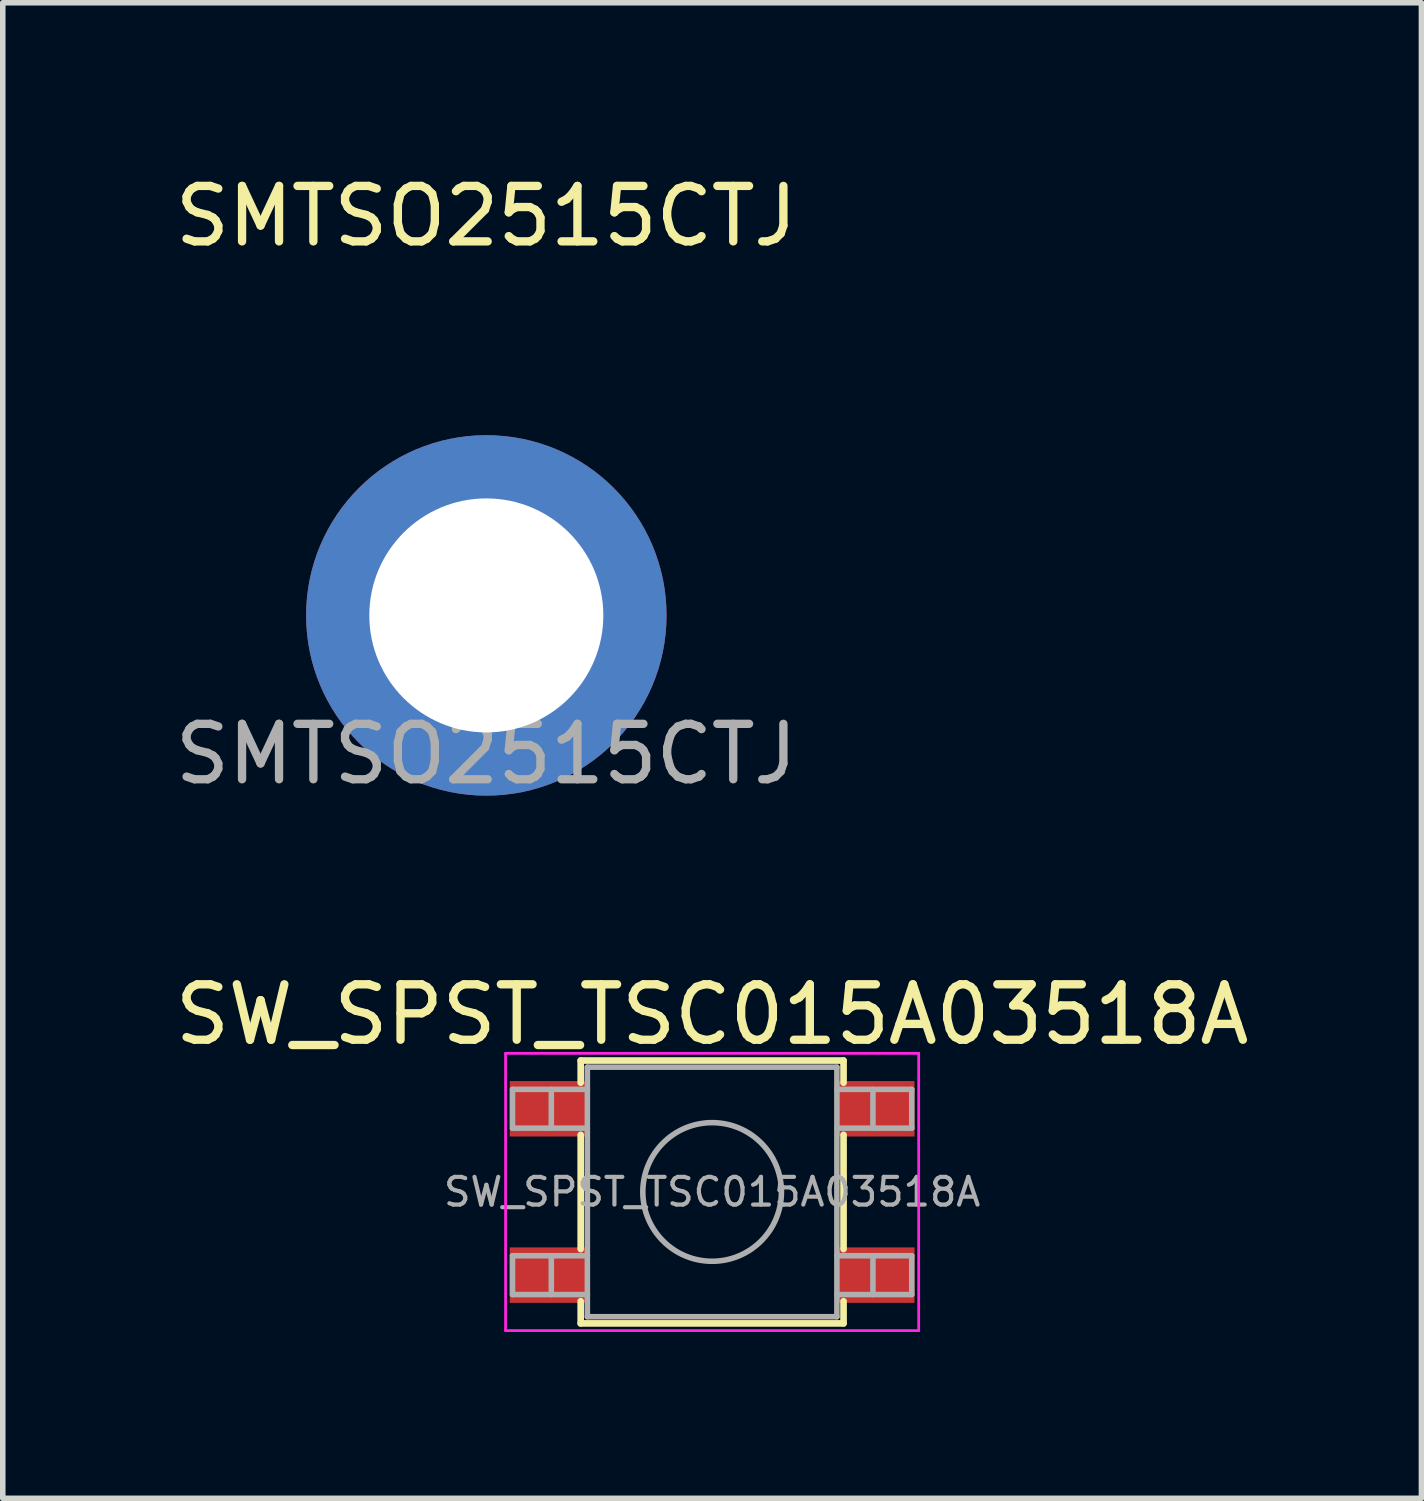
<source format=kicad_pcb>
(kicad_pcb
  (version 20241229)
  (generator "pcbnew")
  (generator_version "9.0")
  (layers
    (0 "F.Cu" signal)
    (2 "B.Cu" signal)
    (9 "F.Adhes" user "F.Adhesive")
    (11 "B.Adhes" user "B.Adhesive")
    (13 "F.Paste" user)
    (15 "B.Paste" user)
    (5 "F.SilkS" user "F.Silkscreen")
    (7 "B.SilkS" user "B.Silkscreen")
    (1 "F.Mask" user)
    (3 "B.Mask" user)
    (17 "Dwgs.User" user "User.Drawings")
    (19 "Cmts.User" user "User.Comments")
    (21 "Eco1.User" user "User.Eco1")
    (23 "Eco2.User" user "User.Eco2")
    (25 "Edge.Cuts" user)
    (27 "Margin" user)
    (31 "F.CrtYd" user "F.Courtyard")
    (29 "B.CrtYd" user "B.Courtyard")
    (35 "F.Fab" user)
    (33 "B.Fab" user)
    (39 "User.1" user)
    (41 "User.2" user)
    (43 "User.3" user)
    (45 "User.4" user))
  (footprint "SMTSO2515CTJ"
    (layer "F.Cu")
    (at 5.72 8.048)
    (property "Reference" "SMTSO2515CTJ" (at 0 -7.2 0) (unlocked yes) (layer "F.SilkS") (effects (font (size 1 1) (thickness 0.15))))
    (attr smd)
    (fp_text user "${REFERENCE}" (at 0 2.5 0) (unlocked yes) (layer "F.Fab") (effects (font (size 1 1) (thickness 0.15))))
    (pad "1" smd custom (at 0 0 180) (size 0.001 0.001) (layers "F.Cu" "F.Mask" "F.Paste") (options (anchor circle)) (primitives (gr_poly (pts (xy -3.15 -0.5) (xy -3.119 -0.68) (xy -3.021 -1.03) (xy -2.884 -1.368) (xy -2.71 -1.688) (xy -2.5 -1.986) (xy -2.257 -2.257) (xy -1.986 -2.5) (xy -1.688 -2.71) (xy -1.368 -2.884) (xy -1.03 -3.021) (xy -0.68 -3.119) (xy -0.5 -3.15) (xy -0.5 -2.15) (xy -0.649 -2.112) (xy -0.935 -2) (xy -1.203 -1.85) (xy -1.448 -1.665) (xy -1.665 -1.448) (xy -1.85 -1.203) (xy -2 -0.935) (xy -2.112 -0.649) (xy -2.15 -0.5)) (width 0.05) (fill yes))))
    (pad "1" smd custom (at 0 0) (size 0.001 0.001) (layers "F.Cu" "F.Mask" "F.Paste") (options (anchor circle)) (primitives (gr_poly (pts (xy 3.15 -0.5) (xy 3.119 -0.68) (xy 3.021 -1.03) (xy 2.884 -1.368) (xy 2.71 -1.688) (xy 2.5 -1.986) (xy 2.257 -2.257) (xy 1.986 -2.5) (xy 1.688 -2.71) (xy 1.368 -2.884) (xy 1.03 -3.021) (xy 0.68 -3.119) (xy 0.5 -3.15) (xy 0.5 -2.15) (xy 0.649 -2.112) (xy 0.935 -2) (xy 1.203 -1.85) (xy 1.448 -1.665) (xy 1.665 -1.448) (xy 1.85 -1.203) (xy 2 -0.935) (xy 2.112 -0.649) (xy 2.15 -0.5)) (width 0.05) (fill yes))))
    (pad "1" smd custom (at 0 0 90) (size 0.001 0.001) (layers "F.Cu" "F.Mask" "F.Paste") (options (anchor circle)) (primitives (gr_poly (pts (xy -3.15 -0.5) (xy -3.119 -0.68) (xy -3.021 -1.03) (xy -2.884 -1.368) (xy -2.71 -1.688) (xy -2.5 -1.986) (xy -2.257 -2.257) (xy -1.986 -2.5) (xy -1.688 -2.71) (xy -1.368 -2.884) (xy -1.03 -3.021) (xy -0.68 -3.119) (xy -0.5 -3.15) (xy -0.5 -2.15) (xy -0.649 -2.112) (xy -0.935 -2) (xy -1.203 -1.85) (xy -1.448 -1.665) (xy -1.665 -1.448) (xy -1.85 -1.203) (xy -2 -0.935) (xy -2.112 -0.649) (xy -2.15 -0.5)) (width 0.05) (fill yes))))
    (pad "1" smd custom (at 0 0) (size 0.001 0.001) (layers "F.Cu" "F.Mask" "F.Paste") (options (anchor circle)) (primitives (gr_poly (pts (xy -3.15 -0.5) (xy -3.119 -0.68) (xy -3.021 -1.03) (xy -2.884 -1.368) (xy -2.71 -1.688) (xy -2.5 -1.986) (xy -2.257 -2.257) (xy -1.986 -2.5) (xy -1.688 -2.71) (xy -1.368 -2.884) (xy -1.03 -3.021) (xy -0.68 -3.119) (xy -0.5 -3.15) (xy -0.5 -2.15) (xy -0.649 -2.112) (xy -0.935 -2) (xy -1.203 -1.85) (xy -1.448 -1.665) (xy -1.665 -1.448) (xy -1.85 -1.203) (xy -2 -0.935) (xy -2.112 -0.649) (xy -2.15 -0.5)) (width 0.05) (fill yes))))
    (pad "1" thru_hole circle (at 0 0) (size 6.5 6.5) (drill 4.22) (layers "*.Cu" "*.Mask") (remove_unused_layers yes) (keep_end_layers yes) (zone_layer_connections)))
  (footprint "SW_SPST_TSC015A03518A"
    (layer "F.Cu")
    (at 9.792 18.445)
    (property "Reference" "SW_SPST_TSC015A03518A" (at 0 -3.2 0) (layer "F.SilkS") (effects (font (size 1 1) (thickness 0.15))))
    (attr smd)
    (fp_line (start -2.37 -2.37) (end -2.37 -1.97) (stroke (width 0.12) (type solid)) (layer "F.SilkS"))
    (fp_line (start -2.37 -2.37) (end 2.37 -2.37) (stroke (width 0.12) (type solid)) (layer "F.SilkS"))
    (fp_line (start -2.37 1.03) (end -2.37 -1.03) (stroke (width 0.12) (type solid)) (layer "F.SilkS"))
    (fp_line (start -2.37 2.37) (end -2.37 1.97) (stroke (width 0.12) (type solid)) (layer "F.SilkS"))
    (fp_line (start -2.37 2.37) (end 2.37 2.37) (stroke (width 0.12) (type solid)) (layer "F.SilkS"))
    (fp_line (start 2.37 -2.37) (end 2.37 -1.97) (stroke (width 0.12) (type solid)) (layer "F.SilkS"))
    (fp_line (start 2.37 1.03) (end 2.37 -1.03) (stroke (width 0.12) (type solid)) (layer "F.SilkS"))
    (fp_line (start 2.37 2.37) (end 2.37 1.97) (stroke (width 0.12) (type solid)) (layer "F.SilkS"))
    (fp_line (start -3.725 -2.5) (end 3.725 -2.5) (stroke (width 0.05) (type solid)) (layer "F.CrtYd"))
    (fp_line (start -3.725 2.5) (end -3.725 -2.5) (stroke (width 0.05) (type solid)) (layer "F.CrtYd"))
    (fp_line (start 3.725 -2.5) (end 3.725 2.5) (stroke (width 0.05) (type solid)) (layer "F.CrtYd"))
    (fp_line (start 3.725 2.5) (end -3.725 2.5) (stroke (width 0.05) (type solid)) (layer "F.CrtYd"))
    (fp_line (start -3.6 -1.85) (end -3.6 -1.15) (stroke (width 0.1) (type solid)) (layer "F.Fab"))
    (fp_line (start -3.6 -1.15) (end -2.25 -1.15) (stroke (width 0.1) (type solid)) (layer "F.Fab"))
    (fp_line (start -3.6 1.15) (end -3.6 1.85) (stroke (width 0.1) (type solid)) (layer "F.Fab"))
    (fp_line (start -3.6 1.85) (end -2.25 1.85) (stroke (width 0.1) (type solid)) (layer "F.Fab"))
    (fp_line (start -2.9 -1.85) (end -2.9 -1.15) (stroke (width 0.1) (type solid)) (layer "F.Fab"))
    (fp_line (start -2.9 1.15) (end -2.9 1.85) (stroke (width 0.1) (type solid)) (layer "F.Fab"))
    (fp_line (start -2.25 -2.25) (end 2.25 -2.25) (stroke (width 0.1) (type solid)) (layer "F.Fab"))
    (fp_line (start -2.25 -1.85) (end -3.6 -1.85) (stroke (width 0.1) (type solid)) (layer "F.Fab"))
    (fp_line (start -2.25 1.15) (end -3.6 1.15) (stroke (width 0.1) (type solid)) (layer "F.Fab"))
    (fp_line (start -2.25 2.25) (end -2.25 -2.25) (stroke (width 0.1) (type solid)) (layer "F.Fab"))
    (fp_line (start 2.25 -2.25) (end 2.25 2.25) (stroke (width 0.1) (type solid)) (layer "F.Fab"))
    (fp_line (start 2.25 -1.15) (end 3.6 -1.15) (stroke (width 0.1) (type solid)) (layer "F.Fab"))
    (fp_line (start 2.25 1.15) (end 3.6 1.15) (stroke (width 0.1) (type solid)) (layer "F.Fab"))
    (fp_line (start 2.25 2.25) (end -2.25 2.25) (stroke (width 0.1) (type solid)) (layer "F.Fab"))
    (fp_line (start 2.9 -1.85) (end 2.9 -1.15) (stroke (width 0.1) (type solid)) (layer "F.Fab"))
    (fp_line (start 2.9 1.15) (end 2.9 1.85) (stroke (width 0.1) (type solid)) (layer "F.Fab"))
    (fp_line (start 3.6 -1.85) (end 2.25 -1.85) (stroke (width 0.1) (type solid)) (layer "F.Fab"))
    (fp_line (start 3.6 -1.15) (end 3.6 -1.85) (stroke (width 0.1) (type solid)) (layer "F.Fab"))
    (fp_line (start 3.6 1.15) (end 3.6 1.85) (stroke (width 0.1) (type solid)) (layer "F.Fab"))
    (fp_line (start 3.6 1.85) (end 2.25 1.85) (stroke (width 0.1) (type solid)) (layer "F.Fab"))
    (fp_circle (center 0 0) (end 1.25 0) (stroke (width 0.1) (type solid)) (fill no) (layer "F.Fab"))
    (fp_text user "${REFERENCE}" (at 0 0 0) (layer "F.Fab") (effects (font (size 0.5 0.5) (thickness 0.075))))
    (pad "1" smd rect (at -2.95 -1.5) (size 1.4 1) (layers "F.Cu" "F.Mask" "F.Paste"))
    (pad "1" smd rect (at 2.95 -1.5) (size 1.4 1) (layers "F.Cu" "F.Mask" "F.Paste"))
    (pad "2" smd rect (at -2.95 1.5) (size 1.4 1) (layers "F.Cu" "F.Mask" "F.Paste"))
    (pad "2" smd rect (at 2.95 1.5) (size 1.4 1) (layers "F.Cu" "F.Mask" "F.Paste")))
  (gr_rect
    (start -3 -3)
    (end 22.583 23.97)
    (stroke (width 0.1) (type default))
    (fill no)
    (layer "Edge.Cuts")))
</source>
